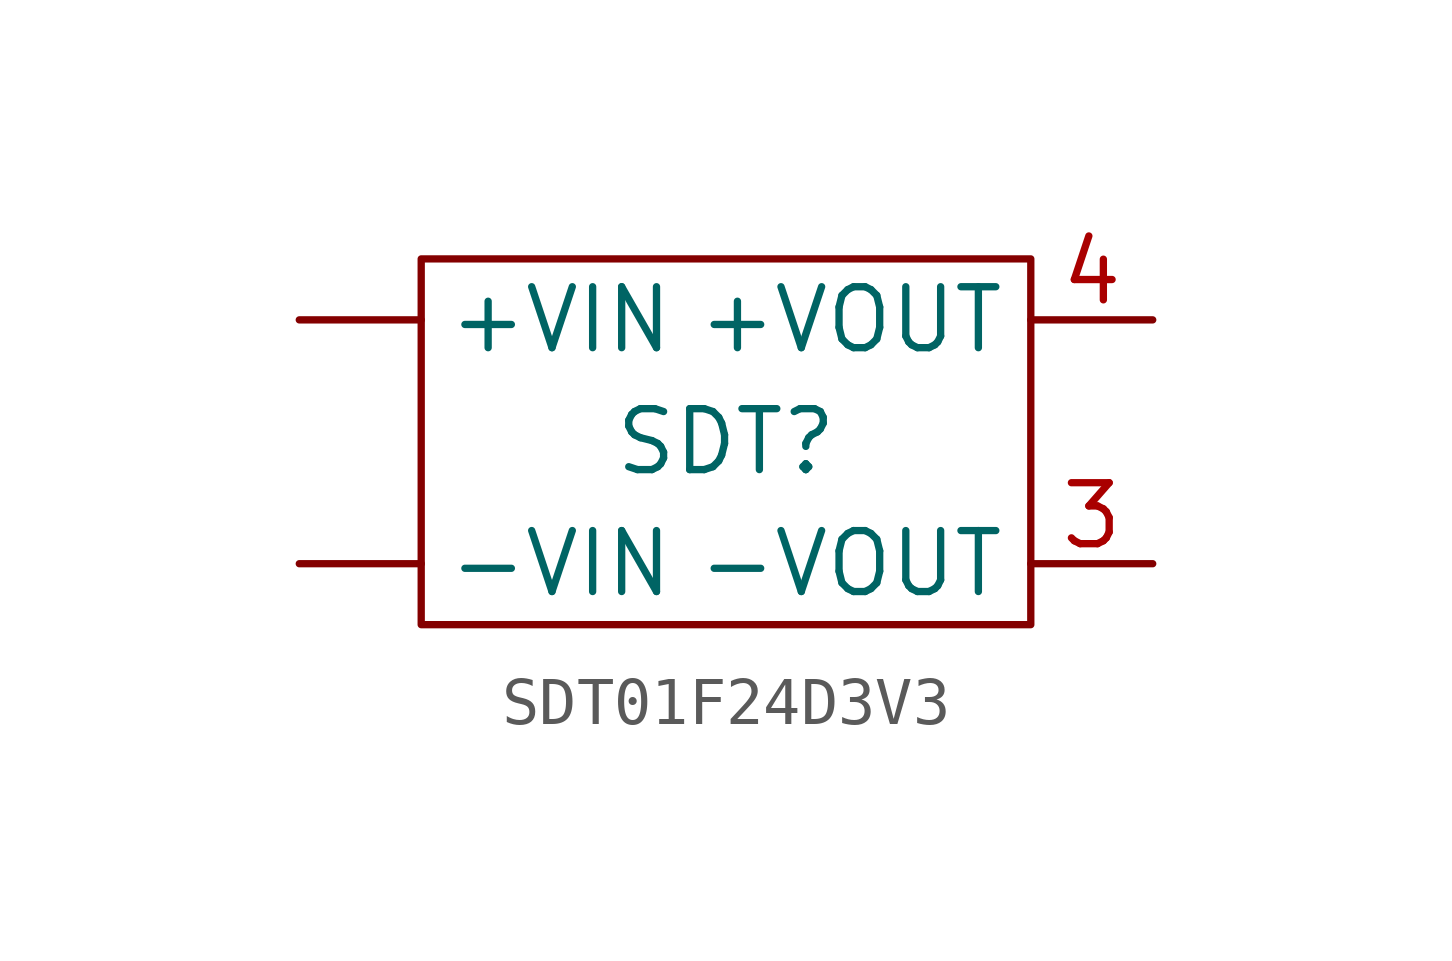
<source format=kicad_sym>
(kicad_symbol_lib
  (version 20220914)
  (generator kicad_symbol_editor)
  (symbol "SDT01F24D3V3"
    (property "Reference" "SDT"
      (at 0 0 0)
      (effects (font (size 1.27 1.27))))
    (property "Value" ""
      (at 0 0 0)
      (effects (font (size 1.27 1.27))))
    (symbol "SDT01F24D3V3_0_1"
      (rectangle (start -6.35 3.81) (end 6.35 -3.81) (stroke (width 0) (type default)) (fill (type none))))
    (symbol "SDT01F24D3V3_1_1"
      (pin power_in line (at -8.89 2.54 0) (length 2.54) (name "+VIN" (effects (font (size 1.27 1.27)))) (number "" (effects (font (size 1.27 1.27)))))
      (pin power_in line (at -8.89 -2.54 0) (length 2.54) (name "-VIN" (effects (font (size 1.27 1.27)))) (number "" (effects (font (size 1.27 1.27)))))
      (pin power_out line (at 8.89 -2.54 180) (length 2.54) (name "-VOUT" (effects (font (size 1.27 1.27)))) (number "3" (effects (font (size 1.27 1.27)))))
      (pin power_out line (at 8.89 2.54 180) (length 2.54) (name "+VOUT" (effects (font (size 1.27 1.27)))) (number "4" (effects (font (size 1.27 1.27))))))))
</source>
